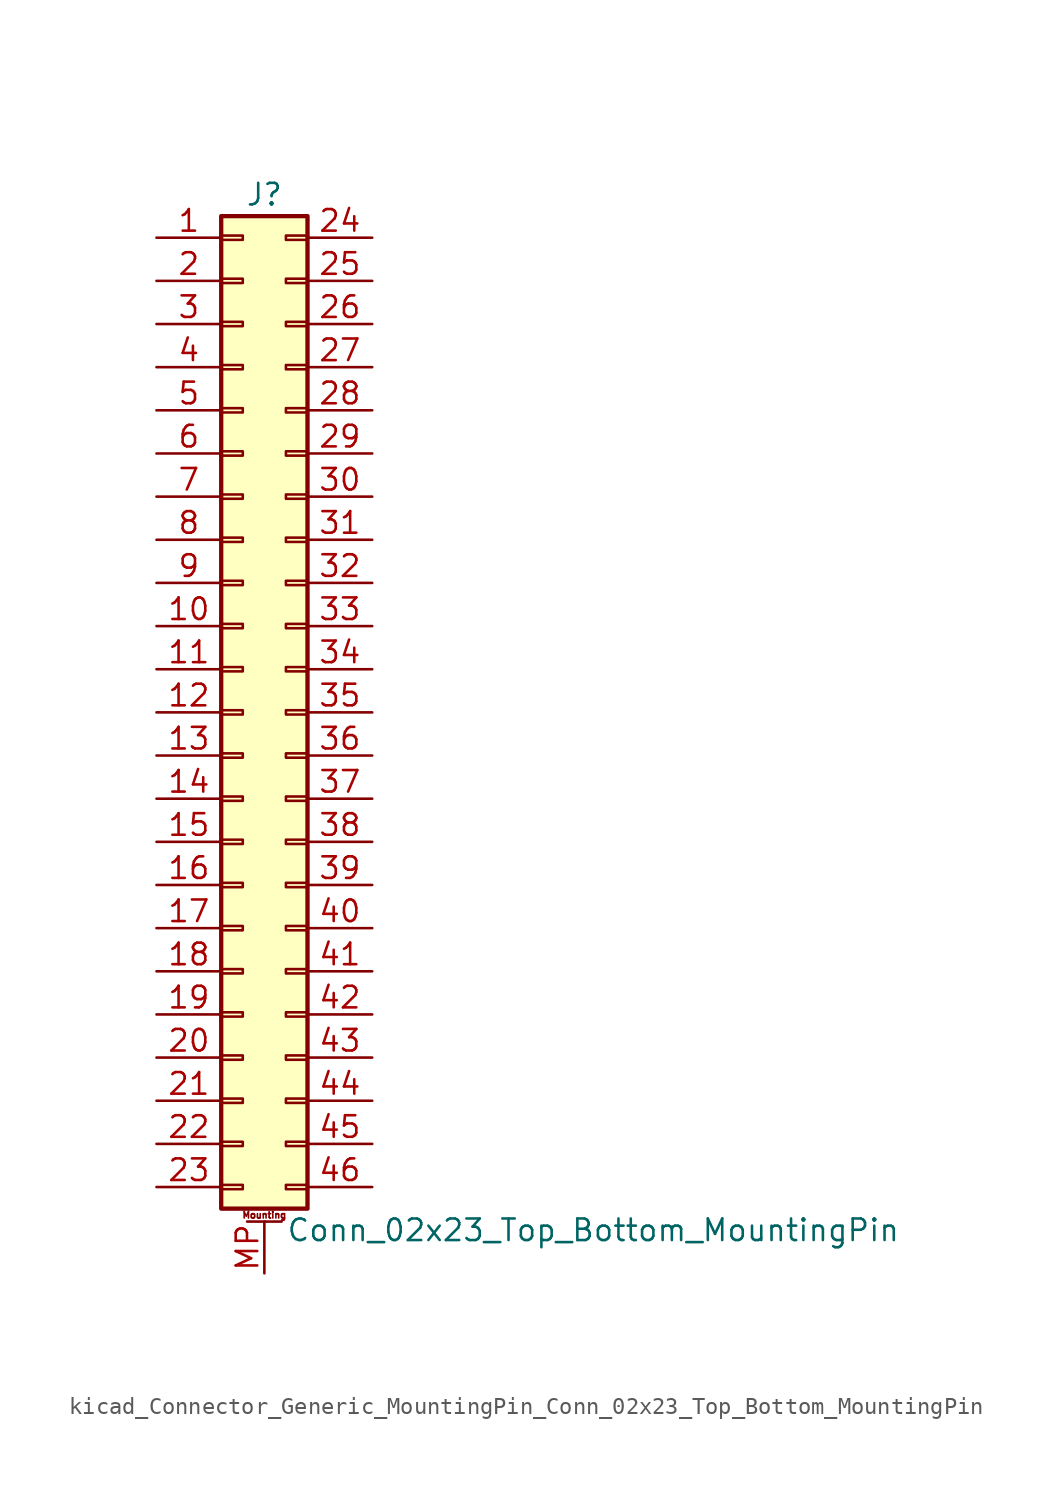
<source format=kicad_sym>
(kicad_symbol_lib
  (version 20220914)
  (generator kicad_symbol_editor)
  (symbol "kicad_Connector_Generic_MountingPin_Conn_02x23_Top_Bottom_MountingPin"
    (pin_names
      (offset 1.016) hide)
    (property "Reference" "J"
      (at 1.27 30.48 0)
      (effects (font (size 1.27 1.27))))
    (property "Value" "Conn_02x23_Top_Bottom_MountingPin"
      (at 2.54 -30.48 0)
      (effects (font (size 1.27 1.27)) (justify left)))
    (symbol "kicad_Connector_Generic_MountingPin_Conn_02x23_Top_Bottom_MountingPin_1_1"
      (rectangle (start -1.27 -27.813) (end 0 -28.067) (stroke (width 0.152) (type default)) (fill (type none)))
      (rectangle (start -1.27 -25.273) (end 0 -25.527) (stroke (width 0.152) (type default)) (fill (type none)))
      (rectangle (start -1.27 -22.733) (end 0 -22.987) (stroke (width 0.152) (type default)) (fill (type none)))
      (rectangle (start -1.27 -20.193) (end 0 -20.447) (stroke (width 0.152) (type default)) (fill (type none)))
      (rectangle (start -1.27 -17.653) (end 0 -17.907) (stroke (width 0.152) (type default)) (fill (type none)))
      (rectangle (start -1.27 -15.113) (end 0 -15.367) (stroke (width 0.152) (type default)) (fill (type none)))
      (rectangle (start -1.27 -12.573) (end 0 -12.827) (stroke (width 0.152) (type default)) (fill (type none)))
      (rectangle (start -1.27 -10.033) (end 0 -10.287) (stroke (width 0.152) (type default)) (fill (type none)))
      (rectangle (start -1.27 -7.493) (end 0 -7.747) (stroke (width 0.152) (type default)) (fill (type none)))
      (rectangle (start -1.27 -4.953) (end 0 -5.207) (stroke (width 0.152) (type default)) (fill (type none)))
      (rectangle (start -1.27 -2.413) (end 0 -2.667) (stroke (width 0.152) (type default)) (fill (type none)))
      (rectangle (start -1.27 0.127) (end 0 -0.127) (stroke (width 0.152) (type default)) (fill (type none)))
      (rectangle (start -1.27 2.667) (end 0 2.413) (stroke (width 0.152) (type default)) (fill (type none)))
      (rectangle (start -1.27 5.207) (end 0 4.953) (stroke (width 0.152) (type default)) (fill (type none)))
      (rectangle (start -1.27 7.747) (end 0 7.493) (stroke (width 0.152) (type default)) (fill (type none)))
      (rectangle (start -1.27 10.287) (end 0 10.033) (stroke (width 0.152) (type default)) (fill (type none)))
      (rectangle (start -1.27 12.827) (end 0 12.573) (stroke (width 0.152) (type default)) (fill (type none)))
      (rectangle (start -1.27 15.367) (end 0 15.113) (stroke (width 0.152) (type default)) (fill (type none)))
      (rectangle (start -1.27 17.907) (end 0 17.653) (stroke (width 0.152) (type default)) (fill (type none)))
      (rectangle (start -1.27 20.447) (end 0 20.193) (stroke (width 0.152) (type default)) (fill (type none)))
      (rectangle (start -1.27 22.987) (end 0 22.733) (stroke (width 0.152) (type default)) (fill (type none)))
      (rectangle (start -1.27 25.527) (end 0 25.273) (stroke (width 0.152) (type default)) (fill (type none)))
      (rectangle (start -1.27 28.067) (end 0 27.813) (stroke (width 0.152) (type default)) (fill (type none)))
      (rectangle (start -1.27 29.21) (end 3.81 -29.21) (stroke (width 0.254) (type default)) (fill (type background)))
      (polyline (pts (xy 0.254 -29.972) (xy 2.286 -29.972)) (stroke (width 0.152) (type default)) (fill (type none)))
      (rectangle (start 3.81 -27.813) (end 2.54 -28.067) (stroke (width 0.152) (type default)) (fill (type none)))
      (rectangle (start 3.81 -25.273) (end 2.54 -25.527) (stroke (width 0.152) (type default)) (fill (type none)))
      (rectangle (start 3.81 -22.733) (end 2.54 -22.987) (stroke (width 0.152) (type default)) (fill (type none)))
      (rectangle (start 3.81 -20.193) (end 2.54 -20.447) (stroke (width 0.152) (type default)) (fill (type none)))
      (rectangle (start 3.81 -17.653) (end 2.54 -17.907) (stroke (width 0.152) (type default)) (fill (type none)))
      (rectangle (start 3.81 -15.113) (end 2.54 -15.367) (stroke (width 0.152) (type default)) (fill (type none)))
      (rectangle (start 3.81 -12.573) (end 2.54 -12.827) (stroke (width 0.152) (type default)) (fill (type none)))
      (rectangle (start 3.81 -10.033) (end 2.54 -10.287) (stroke (width 0.152) (type default)) (fill (type none)))
      (rectangle (start 3.81 -7.493) (end 2.54 -7.747) (stroke (width 0.152) (type default)) (fill (type none)))
      (rectangle (start 3.81 -4.953) (end 2.54 -5.207) (stroke (width 0.152) (type default)) (fill (type none)))
      (rectangle (start 3.81 -2.413) (end 2.54 -2.667) (stroke (width 0.152) (type default)) (fill (type none)))
      (rectangle (start 3.81 0.127) (end 2.54 -0.127) (stroke (width 0.152) (type default)) (fill (type none)))
      (rectangle (start 3.81 2.667) (end 2.54 2.413) (stroke (width 0.152) (type default)) (fill (type none)))
      (rectangle (start 3.81 5.207) (end 2.54 4.953) (stroke (width 0.152) (type default)) (fill (type none)))
      (rectangle (start 3.81 7.747) (end 2.54 7.493) (stroke (width 0.152) (type default)) (fill (type none)))
      (rectangle (start 3.81 10.287) (end 2.54 10.033) (stroke (width 0.152) (type default)) (fill (type none)))
      (rectangle (start 3.81 12.827) (end 2.54 12.573) (stroke (width 0.152) (type default)) (fill (type none)))
      (rectangle (start 3.81 15.367) (end 2.54 15.113) (stroke (width 0.152) (type default)) (fill (type none)))
      (rectangle (start 3.81 17.907) (end 2.54 17.653) (stroke (width 0.152) (type default)) (fill (type none)))
      (rectangle (start 3.81 20.447) (end 2.54 20.193) (stroke (width 0.152) (type default)) (fill (type none)))
      (rectangle (start 3.81 22.987) (end 2.54 22.733) (stroke (width 0.152) (type default)) (fill (type none)))
      (rectangle (start 3.81 25.527) (end 2.54 25.273) (stroke (width 0.152) (type default)) (fill (type none)))
      (rectangle (start 3.81 28.067) (end 2.54 27.813) (stroke (width 0.152) (type default)) (fill (type none)))
      (text "Mounting" (at 1.27 -29.591 0) (effects (font (size 0.381 0.381))))
      (pin passive line (at -5.08 27.94 0) (length 3.81) (name "Pin_1" (effects (font (size 1.27 1.27)))) (number "1" (effects (font (size 1.27 1.27)))))
      (pin passive line (at -5.08 5.08 0) (length 3.81) (name "Pin_10" (effects (font (size 1.27 1.27)))) (number "10" (effects (font (size 1.27 1.27)))))
      (pin passive line (at -5.08 2.54 0) (length 3.81) (name "Pin_11" (effects (font (size 1.27 1.27)))) (number "11" (effects (font (size 1.27 1.27)))))
      (pin passive line (at -5.08 0 0) (length 3.81) (name "Pin_12" (effects (font (size 1.27 1.27)))) (number "12" (effects (font (size 1.27 1.27)))))
      (pin passive line (at -5.08 -2.54 0) (length 3.81) (name "Pin_13" (effects (font (size 1.27 1.27)))) (number "13" (effects (font (size 1.27 1.27)))))
      (pin passive line (at -5.08 -5.08 0) (length 3.81) (name "Pin_14" (effects (font (size 1.27 1.27)))) (number "14" (effects (font (size 1.27 1.27)))))
      (pin passive line (at -5.08 -7.62 0) (length 3.81) (name "Pin_15" (effects (font (size 1.27 1.27)))) (number "15" (effects (font (size 1.27 1.27)))))
      (pin passive line (at -5.08 -10.16 0) (length 3.81) (name "Pin_16" (effects (font (size 1.27 1.27)))) (number "16" (effects (font (size 1.27 1.27)))))
      (pin passive line (at -5.08 -12.7 0) (length 3.81) (name "Pin_17" (effects (font (size 1.27 1.27)))) (number "17" (effects (font (size 1.27 1.27)))))
      (pin passive line (at -5.08 -15.24 0) (length 3.81) (name "Pin_18" (effects (font (size 1.27 1.27)))) (number "18" (effects (font (size 1.27 1.27)))))
      (pin passive line (at -5.08 -17.78 0) (length 3.81) (name "Pin_19" (effects (font (size 1.27 1.27)))) (number "19" (effects (font (size 1.27 1.27)))))
      (pin passive line (at -5.08 25.4 0) (length 3.81) (name "Pin_2" (effects (font (size 1.27 1.27)))) (number "2" (effects (font (size 1.27 1.27)))))
      (pin passive line (at -5.08 -20.32 0) (length 3.81) (name "Pin_20" (effects (font (size 1.27 1.27)))) (number "20" (effects (font (size 1.27 1.27)))))
      (pin passive line (at -5.08 -22.86 0) (length 3.81) (name "Pin_21" (effects (font (size 1.27 1.27)))) (number "21" (effects (font (size 1.27 1.27)))))
      (pin passive line (at -5.08 -25.4 0) (length 3.81) (name "Pin_22" (effects (font (size 1.27 1.27)))) (number "22" (effects (font (size 1.27 1.27)))))
      (pin passive line (at -5.08 -27.94 0) (length 3.81) (name "Pin_23" (effects (font (size 1.27 1.27)))) (number "23" (effects (font (size 1.27 1.27)))))
      (pin passive line (at 7.62 27.94 180) (length 3.81) (name "Pin_24" (effects (font (size 1.27 1.27)))) (number "24" (effects (font (size 1.27 1.27)))))
      (pin passive line (at 7.62 25.4 180) (length 3.81) (name "Pin_25" (effects (font (size 1.27 1.27)))) (number "25" (effects (font (size 1.27 1.27)))))
      (pin passive line (at 7.62 22.86 180) (length 3.81) (name "Pin_26" (effects (font (size 1.27 1.27)))) (number "26" (effects (font (size 1.27 1.27)))))
      (pin passive line (at 7.62 20.32 180) (length 3.81) (name "Pin_27" (effects (font (size 1.27 1.27)))) (number "27" (effects (font (size 1.27 1.27)))))
      (pin passive line (at 7.62 17.78 180) (length 3.81) (name "Pin_28" (effects (font (size 1.27 1.27)))) (number "28" (effects (font (size 1.27 1.27)))))
      (pin passive line (at 7.62 15.24 180) (length 3.81) (name "Pin_29" (effects (font (size 1.27 1.27)))) (number "29" (effects (font (size 1.27 1.27)))))
      (pin passive line (at -5.08 22.86 0) (length 3.81) (name "Pin_3" (effects (font (size 1.27 1.27)))) (number "3" (effects (font (size 1.27 1.27)))))
      (pin passive line (at 7.62 12.7 180) (length 3.81) (name "Pin_30" (effects (font (size 1.27 1.27)))) (number "30" (effects (font (size 1.27 1.27)))))
      (pin passive line (at 7.62 10.16 180) (length 3.81) (name "Pin_31" (effects (font (size 1.27 1.27)))) (number "31" (effects (font (size 1.27 1.27)))))
      (pin passive line (at 7.62 7.62 180) (length 3.81) (name "Pin_32" (effects (font (size 1.27 1.27)))) (number "32" (effects (font (size 1.27 1.27)))))
      (pin passive line (at 7.62 5.08 180) (length 3.81) (name "Pin_33" (effects (font (size 1.27 1.27)))) (number "33" (effects (font (size 1.27 1.27)))))
      (pin passive line (at 7.62 2.54 180) (length 3.81) (name "Pin_34" (effects (font (size 1.27 1.27)))) (number "34" (effects (font (size 1.27 1.27)))))
      (pin passive line (at 7.62 0 180) (length 3.81) (name "Pin_35" (effects (font (size 1.27 1.27)))) (number "35" (effects (font (size 1.27 1.27)))))
      (pin passive line (at 7.62 -2.54 180) (length 3.81) (name "Pin_36" (effects (font (size 1.27 1.27)))) (number "36" (effects (font (size 1.27 1.27)))))
      (pin passive line (at 7.62 -5.08 180) (length 3.81) (name "Pin_37" (effects (font (size 1.27 1.27)))) (number "37" (effects (font (size 1.27 1.27)))))
      (pin passive line (at 7.62 -7.62 180) (length 3.81) (name "Pin_38" (effects (font (size 1.27 1.27)))) (number "38" (effects (font (size 1.27 1.27)))))
      (pin passive line (at 7.62 -10.16 180) (length 3.81) (name "Pin_39" (effects (font (size 1.27 1.27)))) (number "39" (effects (font (size 1.27 1.27)))))
      (pin passive line (at -5.08 20.32 0) (length 3.81) (name "Pin_4" (effects (font (size 1.27 1.27)))) (number "4" (effects (font (size 1.27 1.27)))))
      (pin passive line (at 7.62 -12.7 180) (length 3.81) (name "Pin_40" (effects (font (size 1.27 1.27)))) (number "40" (effects (font (size 1.27 1.27)))))
      (pin passive line (at 7.62 -15.24 180) (length 3.81) (name "Pin_41" (effects (font (size 1.27 1.27)))) (number "41" (effects (font (size 1.27 1.27)))))
      (pin passive line (at 7.62 -17.78 180) (length 3.81) (name "Pin_42" (effects (font (size 1.27 1.27)))) (number "42" (effects (font (size 1.27 1.27)))))
      (pin passive line (at 7.62 -20.32 180) (length 3.81) (name "Pin_43" (effects (font (size 1.27 1.27)))) (number "43" (effects (font (size 1.27 1.27)))))
      (pin passive line (at 7.62 -22.86 180) (length 3.81) (name "Pin_44" (effects (font (size 1.27 1.27)))) (number "44" (effects (font (size 1.27 1.27)))))
      (pin passive line (at 7.62 -25.4 180) (length 3.81) (name "Pin_45" (effects (font (size 1.27 1.27)))) (number "45" (effects (font (size 1.27 1.27)))))
      (pin passive line (at 7.62 -27.94 180) (length 3.81) (name "Pin_46" (effects (font (size 1.27 1.27)))) (number "46" (effects (font (size 1.27 1.27)))))
      (pin passive line (at -5.08 17.78 0) (length 3.81) (name "Pin_5" (effects (font (size 1.27 1.27)))) (number "5" (effects (font (size 1.27 1.27)))))
      (pin passive line (at -5.08 15.24 0) (length 3.81) (name "Pin_6" (effects (font (size 1.27 1.27)))) (number "6" (effects (font (size 1.27 1.27)))))
      (pin passive line (at -5.08 12.7 0) (length 3.81) (name "Pin_7" (effects (font (size 1.27 1.27)))) (number "7" (effects (font (size 1.27 1.27)))))
      (pin passive line (at -5.08 10.16 0) (length 3.81) (name "Pin_8" (effects (font (size 1.27 1.27)))) (number "8" (effects (font (size 1.27 1.27)))))
      (pin passive line (at -5.08 7.62 0) (length 3.81) (name "Pin_9" (effects (font (size 1.27 1.27)))) (number "9" (effects (font (size 1.27 1.27)))))
      (pin passive line (at 1.27 -33.02 90) (length 3.048) (name "MountPin" (effects (font (size 1.27 1.27)))) (number "MP" (effects (font (size 1.27 1.27))))))))
</source>
